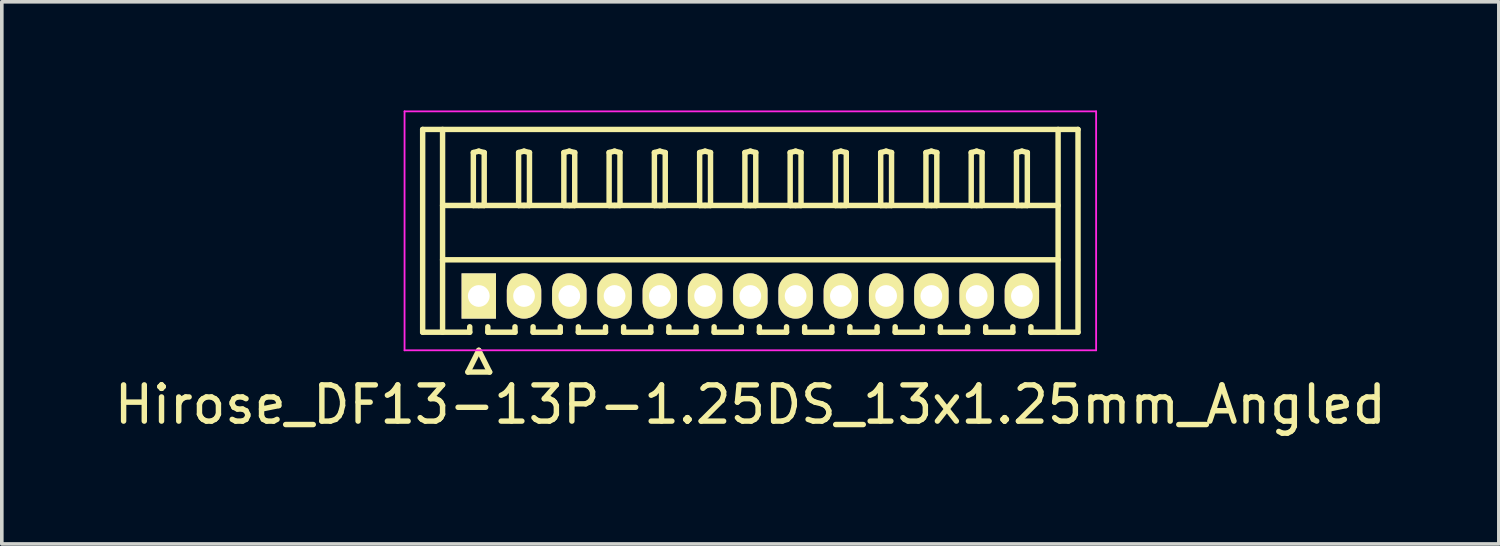
<source format=kicad_pcb>
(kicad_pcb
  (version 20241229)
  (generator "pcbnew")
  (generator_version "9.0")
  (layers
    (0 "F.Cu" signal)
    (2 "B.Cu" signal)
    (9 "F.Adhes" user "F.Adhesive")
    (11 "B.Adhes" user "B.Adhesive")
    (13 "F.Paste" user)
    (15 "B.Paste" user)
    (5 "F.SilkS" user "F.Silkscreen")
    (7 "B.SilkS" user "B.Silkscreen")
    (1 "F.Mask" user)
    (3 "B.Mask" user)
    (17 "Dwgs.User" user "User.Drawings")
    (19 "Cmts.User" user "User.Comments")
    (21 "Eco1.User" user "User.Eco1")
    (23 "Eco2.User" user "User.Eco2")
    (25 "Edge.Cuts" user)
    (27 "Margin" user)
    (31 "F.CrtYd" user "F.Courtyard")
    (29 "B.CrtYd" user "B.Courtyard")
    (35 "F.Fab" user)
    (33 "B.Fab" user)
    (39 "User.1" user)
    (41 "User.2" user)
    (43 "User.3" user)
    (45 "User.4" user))
  (footprint "Hirose_DF13-13P-1.25DS_13x1.25mm_Angled"
    (layer "F.Cu")
    (at 10.173 5.125)
    (property "Reference" "Hirose_DF13-13P-1.25DS_13x1.25mm_Angled" (at 7.5 3 0) (layer "F.SilkS") (effects (font (size 1 1) (thickness 0.15))))
    (attr through_hole)
    (fp_line (start -1.55 -4.6) (end 16.55 -4.6) (stroke (width 0.15) (type solid)) (layer "F.SilkS"))
    (fp_line (start -1.55 1) (end -1.55 -4.6) (stroke (width 0.15) (type solid)) (layer "F.SilkS"))
    (fp_line (start -1 -4.6) (end -1 1) (stroke (width 0.15) (type solid)) (layer "F.SilkS"))
    (fp_line (start -1 -2.5) (end 16 -2.5) (stroke (width 0.15) (type solid)) (layer "F.SilkS"))
    (fp_line (start -1 -1) (end 16 -1) (stroke (width 0.15) (type solid)) (layer "F.SilkS"))
    (fp_line (start -0.3 2.1) (end 0.3 2.1) (stroke (width 0.15) (type solid)) (layer "F.SilkS"))
    (fp_line (start -0.25 0.85) (end -0.25 1) (stroke (width 0.15) (type solid)) (layer "F.SilkS"))
    (fp_line (start -0.25 1) (end -1.55 1) (stroke (width 0.15) (type solid)) (layer "F.SilkS"))
    (fp_line (start -0.15 -3.962) (end 0 -4) (stroke (width 0.15) (type solid)) (layer "F.SilkS"))
    (fp_line (start -0.15 -2.5) (end -0.15 -3.962) (stroke (width 0.15) (type solid)) (layer "F.SilkS"))
    (fp_line (start 0 -4) (end 0.15 -3.962) (stroke (width 0.15) (type solid)) (layer "F.SilkS"))
    (fp_line (start 0 -2.5) (end -0.15 -2.5) (stroke (width 0.15) (type solid)) (layer "F.SilkS"))
    (fp_line (start 0 1.5) (end -0.3 2.1) (stroke (width 0.15) (type solid)) (layer "F.SilkS"))
    (fp_line (start 0.15 -3.962) (end 0.15 -2.5) (stroke (width 0.15) (type solid)) (layer "F.SilkS"))
    (fp_line (start 0.15 -2.5) (end 0 -2.5) (stroke (width 0.15) (type solid)) (layer "F.SilkS"))
    (fp_line (start 0.25 0.85) (end 0.25 1) (stroke (width 0.15) (type solid)) (layer "F.SilkS"))
    (fp_line (start 0.25 1) (end 1 1) (stroke (width 0.15) (type solid)) (layer "F.SilkS"))
    (fp_line (start 0.3 2.1) (end 0 1.5) (stroke (width 0.15) (type solid)) (layer "F.SilkS"))
    (fp_line (start 1 1) (end 1 0.85) (stroke (width 0.15) (type solid)) (layer "F.SilkS"))
    (fp_line (start 1.1 -3.962) (end 1.25 -4) (stroke (width 0.15) (type solid)) (layer "F.SilkS"))
    (fp_line (start 1.1 -2.5) (end 1.1 -3.962) (stroke (width 0.15) (type solid)) (layer "F.SilkS"))
    (fp_line (start 1.25 -4) (end 1.4 -3.962) (stroke (width 0.15) (type solid)) (layer "F.SilkS"))
    (fp_line (start 1.25 -2.5) (end 1.1 -2.5) (stroke (width 0.15) (type solid)) (layer "F.SilkS"))
    (fp_line (start 1.4 -3.962) (end 1.4 -2.5) (stroke (width 0.15) (type solid)) (layer "F.SilkS"))
    (fp_line (start 1.4 -2.5) (end 1.25 -2.5) (stroke (width 0.15) (type solid)) (layer "F.SilkS"))
    (fp_line (start 1.5 0.85) (end 1.5 1) (stroke (width 0.15) (type solid)) (layer "F.SilkS"))
    (fp_line (start 1.5 1) (end 2.25 1) (stroke (width 0.15) (type solid)) (layer "F.SilkS"))
    (fp_line (start 2.25 1) (end 2.25 0.85) (stroke (width 0.15) (type solid)) (layer "F.SilkS"))
    (fp_line (start 2.35 -3.962) (end 2.5 -4) (stroke (width 0.15) (type solid)) (layer "F.SilkS"))
    (fp_line (start 2.35 -2.5) (end 2.35 -3.962) (stroke (width 0.15) (type solid)) (layer "F.SilkS"))
    (fp_line (start 2.5 -4) (end 2.65 -3.962) (stroke (width 0.15) (type solid)) (layer "F.SilkS"))
    (fp_line (start 2.5 -2.5) (end 2.35 -2.5) (stroke (width 0.15) (type solid)) (layer "F.SilkS"))
    (fp_line (start 2.65 -3.962) (end 2.65 -2.5) (stroke (width 0.15) (type solid)) (layer "F.SilkS"))
    (fp_line (start 2.65 -2.5) (end 2.5 -2.5) (stroke (width 0.15) (type solid)) (layer "F.SilkS"))
    (fp_line (start 2.75 0.85) (end 2.75 1) (stroke (width 0.15) (type solid)) (layer "F.SilkS"))
    (fp_line (start 2.75 1) (end 3.5 1) (stroke (width 0.15) (type solid)) (layer "F.SilkS"))
    (fp_line (start 3.5 1) (end 3.5 0.85) (stroke (width 0.15) (type solid)) (layer "F.SilkS"))
    (fp_line (start 3.6 -3.962) (end 3.75 -4) (stroke (width 0.15) (type solid)) (layer "F.SilkS"))
    (fp_line (start 3.6 -2.5) (end 3.6 -3.962) (stroke (width 0.15) (type solid)) (layer "F.SilkS"))
    (fp_line (start 3.75 -4) (end 3.9 -3.962) (stroke (width 0.15) (type solid)) (layer "F.SilkS"))
    (fp_line (start 3.75 -2.5) (end 3.6 -2.5) (stroke (width 0.15) (type solid)) (layer "F.SilkS"))
    (fp_line (start 3.9 -3.962) (end 3.9 -2.5) (stroke (width 0.15) (type solid)) (layer "F.SilkS"))
    (fp_line (start 3.9 -2.5) (end 3.75 -2.5) (stroke (width 0.15) (type solid)) (layer "F.SilkS"))
    (fp_line (start 4 0.85) (end 4 1) (stroke (width 0.15) (type solid)) (layer "F.SilkS"))
    (fp_line (start 4 1) (end 4.75 1) (stroke (width 0.15) (type solid)) (layer "F.SilkS"))
    (fp_line (start 4.75 1) (end 4.75 0.85) (stroke (width 0.15) (type solid)) (layer "F.SilkS"))
    (fp_line (start 4.85 -3.962) (end 5 -4) (stroke (width 0.15) (type solid)) (layer "F.SilkS"))
    (fp_line (start 4.85 -2.5) (end 4.85 -3.962) (stroke (width 0.15) (type solid)) (layer "F.SilkS"))
    (fp_line (start 5 -4) (end 5.15 -3.962) (stroke (width 0.15) (type solid)) (layer "F.SilkS"))
    (fp_line (start 5 -2.5) (end 4.85 -2.5) (stroke (width 0.15) (type solid)) (layer "F.SilkS"))
    (fp_line (start 5.15 -3.962) (end 5.15 -2.5) (stroke (width 0.15) (type solid)) (layer "F.SilkS"))
    (fp_line (start 5.15 -2.5) (end 5 -2.5) (stroke (width 0.15) (type solid)) (layer "F.SilkS"))
    (fp_line (start 5.25 0.85) (end 5.25 1) (stroke (width 0.15) (type solid)) (layer "F.SilkS"))
    (fp_line (start 5.25 1) (end 6 1) (stroke (width 0.15) (type solid)) (layer "F.SilkS"))
    (fp_line (start 6 1) (end 6 0.85) (stroke (width 0.15) (type solid)) (layer "F.SilkS"))
    (fp_line (start 6.1 -3.962) (end 6.25 -4) (stroke (width 0.15) (type solid)) (layer "F.SilkS"))
    (fp_line (start 6.1 -2.5) (end 6.1 -3.962) (stroke (width 0.15) (type solid)) (layer "F.SilkS"))
    (fp_line (start 6.25 -4) (end 6.4 -3.962) (stroke (width 0.15) (type solid)) (layer "F.SilkS"))
    (fp_line (start 6.25 -2.5) (end 6.1 -2.5) (stroke (width 0.15) (type solid)) (layer "F.SilkS"))
    (fp_line (start 6.4 -3.962) (end 6.4 -2.5) (stroke (width 0.15) (type solid)) (layer "F.SilkS"))
    (fp_line (start 6.4 -2.5) (end 6.25 -2.5) (stroke (width 0.15) (type solid)) (layer "F.SilkS"))
    (fp_line (start 6.5 0.85) (end 6.5 1) (stroke (width 0.15) (type solid)) (layer "F.SilkS"))
    (fp_line (start 6.5 1) (end 7.25 1) (stroke (width 0.15) (type solid)) (layer "F.SilkS"))
    (fp_line (start 7.25 1) (end 7.25 0.85) (stroke (width 0.15) (type solid)) (layer "F.SilkS"))
    (fp_line (start 7.35 -3.962) (end 7.5 -4) (stroke (width 0.15) (type solid)) (layer "F.SilkS"))
    (fp_line (start 7.35 -2.5) (end 7.35 -3.962) (stroke (width 0.15) (type solid)) (layer "F.SilkS"))
    (fp_line (start 7.5 -4) (end 7.65 -3.962) (stroke (width 0.15) (type solid)) (layer "F.SilkS"))
    (fp_line (start 7.5 -2.5) (end 7.35 -2.5) (stroke (width 0.15) (type solid)) (layer "F.SilkS"))
    (fp_line (start 7.65 -3.962) (end 7.65 -2.5) (stroke (width 0.15) (type solid)) (layer "F.SilkS"))
    (fp_line (start 7.65 -2.5) (end 7.5 -2.5) (stroke (width 0.15) (type solid)) (layer "F.SilkS"))
    (fp_line (start 7.75 0.85) (end 7.75 1) (stroke (width 0.15) (type solid)) (layer "F.SilkS"))
    (fp_line (start 7.75 1) (end 8.5 1) (stroke (width 0.15) (type solid)) (layer "F.SilkS"))
    (fp_line (start 8.5 1) (end 8.5 0.85) (stroke (width 0.15) (type solid)) (layer "F.SilkS"))
    (fp_line (start 8.6 -3.962) (end 8.75 -4) (stroke (width 0.15) (type solid)) (layer "F.SilkS"))
    (fp_line (start 8.6 -2.5) (end 8.6 -3.962) (stroke (width 0.15) (type solid)) (layer "F.SilkS"))
    (fp_line (start 8.75 -4) (end 8.9 -3.962) (stroke (width 0.15) (type solid)) (layer "F.SilkS"))
    (fp_line (start 8.75 -2.5) (end 8.6 -2.5) (stroke (width 0.15) (type solid)) (layer "F.SilkS"))
    (fp_line (start 8.9 -3.962) (end 8.9 -2.5) (stroke (width 0.15) (type solid)) (layer "F.SilkS"))
    (fp_line (start 8.9 -2.5) (end 8.75 -2.5) (stroke (width 0.15) (type solid)) (layer "F.SilkS"))
    (fp_line (start 9 0.85) (end 9 1) (stroke (width 0.15) (type solid)) (layer "F.SilkS"))
    (fp_line (start 9 1) (end 9.75 1) (stroke (width 0.15) (type solid)) (layer "F.SilkS"))
    (fp_line (start 9.75 1) (end 9.75 0.85) (stroke (width 0.15) (type solid)) (layer "F.SilkS"))
    (fp_line (start 9.85 -3.962) (end 10 -4) (stroke (width 0.15) (type solid)) (layer "F.SilkS"))
    (fp_line (start 9.85 -2.5) (end 9.85 -3.962) (stroke (width 0.15) (type solid)) (layer "F.SilkS"))
    (fp_line (start 10 -4) (end 10.15 -3.962) (stroke (width 0.15) (type solid)) (layer "F.SilkS"))
    (fp_line (start 10 -2.5) (end 9.85 -2.5) (stroke (width 0.15) (type solid)) (layer "F.SilkS"))
    (fp_line (start 10.15 -3.962) (end 10.15 -2.5) (stroke (width 0.15) (type solid)) (layer "F.SilkS"))
    (fp_line (start 10.15 -2.5) (end 10 -2.5) (stroke (width 0.15) (type solid)) (layer "F.SilkS"))
    (fp_line (start 10.25 0.85) (end 10.25 1) (stroke (width 0.15) (type solid)) (layer "F.SilkS"))
    (fp_line (start 10.25 1) (end 11 1) (stroke (width 0.15) (type solid)) (layer "F.SilkS"))
    (fp_line (start 11 1) (end 11 0.85) (stroke (width 0.15) (type solid)) (layer "F.SilkS"))
    (fp_line (start 11.1 -3.962) (end 11.25 -4) (stroke (width 0.15) (type solid)) (layer "F.SilkS"))
    (fp_line (start 11.1 -2.5) (end 11.1 -3.962) (stroke (width 0.15) (type solid)) (layer "F.SilkS"))
    (fp_line (start 11.25 -4) (end 11.4 -3.962) (stroke (width 0.15) (type solid)) (layer "F.SilkS"))
    (fp_line (start 11.25 -2.5) (end 11.1 -2.5) (stroke (width 0.15) (type solid)) (layer "F.SilkS"))
    (fp_line (start 11.4 -3.962) (end 11.4 -2.5) (stroke (width 0.15) (type solid)) (layer "F.SilkS"))
    (fp_line (start 11.4 -2.5) (end 11.25 -2.5) (stroke (width 0.15) (type solid)) (layer "F.SilkS"))
    (fp_line (start 11.5 0.85) (end 11.5 1) (stroke (width 0.15) (type solid)) (layer "F.SilkS"))
    (fp_line (start 11.5 1) (end 12.25 1) (stroke (width 0.15) (type solid)) (layer "F.SilkS"))
    (fp_line (start 12.25 1) (end 12.25 0.85) (stroke (width 0.15) (type solid)) (layer "F.SilkS"))
    (fp_line (start 12.35 -3.962) (end 12.5 -4) (stroke (width 0.15) (type solid)) (layer "F.SilkS"))
    (fp_line (start 12.35 -2.5) (end 12.35 -3.962) (stroke (width 0.15) (type solid)) (layer "F.SilkS"))
    (fp_line (start 12.5 -4) (end 12.65 -3.962) (stroke (width 0.15) (type solid)) (layer "F.SilkS"))
    (fp_line (start 12.5 -2.5) (end 12.35 -2.5) (stroke (width 0.15) (type solid)) (layer "F.SilkS"))
    (fp_line (start 12.65 -3.962) (end 12.65 -2.5) (stroke (width 0.15) (type solid)) (layer "F.SilkS"))
    (fp_line (start 12.65 -2.5) (end 12.5 -2.5) (stroke (width 0.15) (type solid)) (layer "F.SilkS"))
    (fp_line (start 12.75 0.85) (end 12.75 1) (stroke (width 0.15) (type solid)) (layer "F.SilkS"))
    (fp_line (start 12.75 1) (end 13.5 1) (stroke (width 0.15) (type solid)) (layer "F.SilkS"))
    (fp_line (start 13.5 1) (end 13.5 0.85) (stroke (width 0.15) (type solid)) (layer "F.SilkS"))
    (fp_line (start 13.6 -3.962) (end 13.75 -4) (stroke (width 0.15) (type solid)) (layer "F.SilkS"))
    (fp_line (start 13.6 -2.5) (end 13.6 -3.962) (stroke (width 0.15) (type solid)) (layer "F.SilkS"))
    (fp_line (start 13.75 -4) (end 13.9 -3.962) (stroke (width 0.15) (type solid)) (layer "F.SilkS"))
    (fp_line (start 13.75 -2.5) (end 13.6 -2.5) (stroke (width 0.15) (type solid)) (layer "F.SilkS"))
    (fp_line (start 13.9 -3.962) (end 13.9 -2.5) (stroke (width 0.15) (type solid)) (layer "F.SilkS"))
    (fp_line (start 13.9 -2.5) (end 13.75 -2.5) (stroke (width 0.15) (type solid)) (layer "F.SilkS"))
    (fp_line (start 14 0.85) (end 14 1) (stroke (width 0.15) (type solid)) (layer "F.SilkS"))
    (fp_line (start 14 1) (end 14.75 1) (stroke (width 0.15) (type solid)) (layer "F.SilkS"))
    (fp_line (start 14.75 1) (end 14.75 0.85) (stroke (width 0.15) (type solid)) (layer "F.SilkS"))
    (fp_line (start 14.85 -3.962) (end 15 -4) (stroke (width 0.15) (type solid)) (layer "F.SilkS"))
    (fp_line (start 14.85 -2.5) (end 14.85 -3.962) (stroke (width 0.15) (type solid)) (layer "F.SilkS"))
    (fp_line (start 15 -4) (end 15.15 -3.962) (stroke (width 0.15) (type solid)) (layer "F.SilkS"))
    (fp_line (start 15 -2.5) (end 14.85 -2.5) (stroke (width 0.15) (type solid)) (layer "F.SilkS"))
    (fp_line (start 15.15 -3.962) (end 15.15 -2.5) (stroke (width 0.15) (type solid)) (layer "F.SilkS"))
    (fp_line (start 15.15 -2.5) (end 15 -2.5) (stroke (width 0.15) (type solid)) (layer "F.SilkS"))
    (fp_line (start 15.25 1) (end 15.25 0.85) (stroke (width 0.15) (type solid)) (layer "F.SilkS"))
    (fp_line (start 16 -4.6) (end 16 1) (stroke (width 0.15) (type solid)) (layer "F.SilkS"))
    (fp_line (start 16.55 -4.6) (end 16.55 1) (stroke (width 0.15) (type solid)) (layer "F.SilkS"))
    (fp_line (start 16.55 1) (end 15.25 1) (stroke (width 0.15) (type solid)) (layer "F.SilkS"))
    (fp_line (start -2.05 -5.1) (end -2.05 1.5) (stroke (width 0.05) (type solid)) (layer "F.CrtYd"))
    (fp_line (start -2.05 1.5) (end 17.05 1.5) (stroke (width 0.05) (type solid)) (layer "F.CrtYd"))
    (fp_line (start 17.05 -5.1) (end -2.05 -5.1) (stroke (width 0.05) (type solid)) (layer "F.CrtYd"))
    (fp_line (start 17.05 1.5) (end 17.05 -5.1) (stroke (width 0.05) (type solid)) (layer "F.CrtYd"))
    (pad "1" thru_hole rect (at 0 0) (size 0.95 1.25) (drill 0.6) (layers "*.Cu" "*.Mask" "F.SilkS"))
    (pad "2" thru_hole oval (at 1.25 0) (size 0.95 1.25) (drill 0.6) (layers "*.Cu" "*.Mask" "F.SilkS"))
    (pad "3" thru_hole oval (at 2.5 0) (size 0.95 1.25) (drill 0.6) (layers "*.Cu" "*.Mask" "F.SilkS"))
    (pad "4" thru_hole oval (at 3.75 0) (size 0.95 1.25) (drill 0.6) (layers "*.Cu" "*.Mask" "F.SilkS"))
    (pad "5" thru_hole oval (at 5 0) (size 0.95 1.25) (drill 0.6) (layers "*.Cu" "*.Mask" "F.SilkS"))
    (pad "6" thru_hole oval (at 6.25 0) (size 0.95 1.25) (drill 0.6) (layers "*.Cu" "*.Mask" "F.SilkS"))
    (pad "7" thru_hole oval (at 7.5 0) (size 0.95 1.25) (drill 0.6) (layers "*.Cu" "*.Mask" "F.SilkS"))
    (pad "8" thru_hole oval (at 8.75 0) (size 0.95 1.25) (drill 0.6) (layers "*.Cu" "*.Mask" "F.SilkS"))
    (pad "9" thru_hole oval (at 10 0) (size 0.95 1.25) (drill 0.6) (layers "*.Cu" "*.Mask" "F.SilkS"))
    (pad "10" thru_hole oval (at 11.25 0) (size 0.95 1.25) (drill 0.6) (layers "*.Cu" "*.Mask" "F.SilkS"))
    (pad "11" thru_hole oval (at 12.5 0) (size 0.95 1.25) (drill 0.6) (layers "*.Cu" "*.Mask" "F.SilkS"))
    (pad "12" thru_hole oval (at 13.75 0) (size 0.95 1.25) (drill 0.6) (layers "*.Cu" "*.Mask" "F.SilkS"))
    (pad "13" thru_hole oval (at 15 0) (size 0.95 1.25) (drill 0.6) (layers "*.Cu" "*.Mask" "F.SilkS")))
  (gr_rect
    (start -3 -3)
    (end 38.345 11.973)
    (stroke (width 0.1) (type default))
    (fill no)
    (layer "Edge.Cuts")))
</source>
